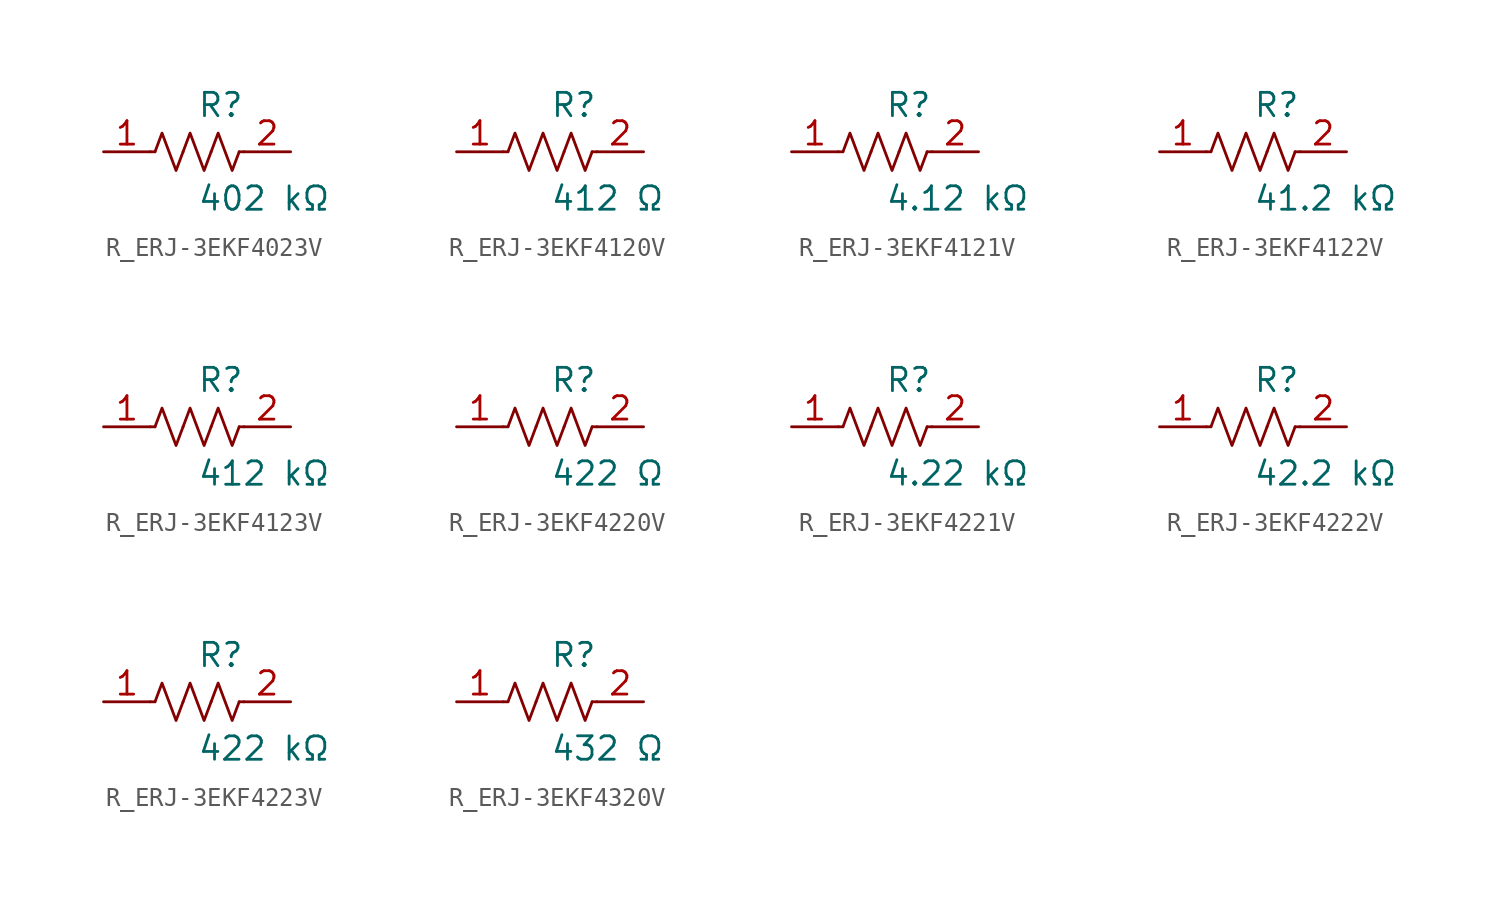
<source format=kicad_sym>
(kicad_symbol_lib
  (version 20231120)
  (generator "kicad_symbol_editor")
  (generator_version "8.0")
  (symbol "R_ERJ-3EKF4023V"
    (pin_names
      (offset 0.254))
    (property "Reference" "R"
      (at 0 2.54 0)
      (effects (font (size 1.27 1.27)) (justify left)))
    (property "Value" "402 kΩ"
      (at 0 -2.54 0)
      (effects (font (size 1.27 1.27)) (justify left)))
    (symbol "R_ERJ-3EKF4023V_0_1"
      (polyline (pts (xy 2.286 0) (xy 2.54 0)) (stroke (width 0) (type default)) (fill (type none)))
      (polyline (pts (xy -2.286 0) (xy -2.54 0)) (stroke (width 0) (type default)) (fill (type none)))
      (polyline (pts (xy 0.762 0) (xy 1.143 1.016) (xy 1.524 0) (xy 1.905 -1.016) (xy 2.286 0)) (stroke (width 0) (type default)) (fill (type none)))
      (polyline (pts (xy -0.762 0) (xy -0.381 1.016) (xy 0 0) (xy 0.381 -1.016) (xy 0.762 0)) (stroke (width 0) (type default)) (fill (type none)))
      (polyline (pts (xy -2.286 0) (xy -1.905 1.016) (xy -1.524 0) (xy -1.143 -1.016) (xy -0.762 0)) (stroke (width 0) (type default)) (fill (type none))))
    (pin unspecified line
      (at -5.08 0 0)
      (length 2.54)
      (name "" (effects (font (size 1.27 1.27))))
      (number "1" (effects (font (size 1.27 1.27)))))
    (pin unspecified line
      (at 5.08 0 180)
      (length 2.54)
      (name "" (effects (font (size 1.27 1.27))))
      (number "2" (effects (font (size 1.27 1.27))))))
  (symbol "R_ERJ-3EKF4120V"
    (pin_names
      (offset 0.254))
    (property "Reference" "R"
      (at 0 2.54 0)
      (effects (font (size 1.27 1.27)) (justify left)))
    (property "Value" "412 Ω"
      (at 0 -2.54 0)
      (effects (font (size 1.27 1.27)) (justify left)))
    (symbol "R_ERJ-3EKF4120V_0_1"
      (polyline (pts (xy 2.286 0) (xy 2.54 0)) (stroke (width 0) (type default)) (fill (type none)))
      (polyline (pts (xy -2.286 0) (xy -2.54 0)) (stroke (width 0) (type default)) (fill (type none)))
      (polyline (pts (xy 0.762 0) (xy 1.143 1.016) (xy 1.524 0) (xy 1.905 -1.016) (xy 2.286 0)) (stroke (width 0) (type default)) (fill (type none)))
      (polyline (pts (xy -0.762 0) (xy -0.381 1.016) (xy 0 0) (xy 0.381 -1.016) (xy 0.762 0)) (stroke (width 0) (type default)) (fill (type none)))
      (polyline (pts (xy -2.286 0) (xy -1.905 1.016) (xy -1.524 0) (xy -1.143 -1.016) (xy -0.762 0)) (stroke (width 0) (type default)) (fill (type none))))
    (pin unspecified line
      (at -5.08 0 0)
      (length 2.54)
      (name "" (effects (font (size 1.27 1.27))))
      (number "1" (effects (font (size 1.27 1.27)))))
    (pin unspecified line
      (at 5.08 0 180)
      (length 2.54)
      (name "" (effects (font (size 1.27 1.27))))
      (number "2" (effects (font (size 1.27 1.27))))))
  (symbol "R_ERJ-3EKF4121V"
    (pin_names
      (offset 0.254))
    (property "Reference" "R"
      (at 0 2.54 0)
      (effects (font (size 1.27 1.27)) (justify left)))
    (property "Value" "4.12 kΩ"
      (at 0 -2.54 0)
      (effects (font (size 1.27 1.27)) (justify left)))
    (symbol "R_ERJ-3EKF4121V_0_1"
      (polyline (pts (xy 2.286 0) (xy 2.54 0)) (stroke (width 0) (type default)) (fill (type none)))
      (polyline (pts (xy -2.286 0) (xy -2.54 0)) (stroke (width 0) (type default)) (fill (type none)))
      (polyline (pts (xy 0.762 0) (xy 1.143 1.016) (xy 1.524 0) (xy 1.905 -1.016) (xy 2.286 0)) (stroke (width 0) (type default)) (fill (type none)))
      (polyline (pts (xy -0.762 0) (xy -0.381 1.016) (xy 0 0) (xy 0.381 -1.016) (xy 0.762 0)) (stroke (width 0) (type default)) (fill (type none)))
      (polyline (pts (xy -2.286 0) (xy -1.905 1.016) (xy -1.524 0) (xy -1.143 -1.016) (xy -0.762 0)) (stroke (width 0) (type default)) (fill (type none))))
    (pin unspecified line
      (at -5.08 0 0)
      (length 2.54)
      (name "" (effects (font (size 1.27 1.27))))
      (number "1" (effects (font (size 1.27 1.27)))))
    (pin unspecified line
      (at 5.08 0 180)
      (length 2.54)
      (name "" (effects (font (size 1.27 1.27))))
      (number "2" (effects (font (size 1.27 1.27))))))
  (symbol "R_ERJ-3EKF4122V"
    (pin_names
      (offset 0.254))
    (property "Reference" "R"
      (at 0 2.54 0)
      (effects (font (size 1.27 1.27)) (justify left)))
    (property "Value" "41.2 kΩ"
      (at 0 -2.54 0)
      (effects (font (size 1.27 1.27)) (justify left)))
    (symbol "R_ERJ-3EKF4122V_0_1"
      (polyline (pts (xy 2.286 0) (xy 2.54 0)) (stroke (width 0) (type default)) (fill (type none)))
      (polyline (pts (xy -2.286 0) (xy -2.54 0)) (stroke (width 0) (type default)) (fill (type none)))
      (polyline (pts (xy 0.762 0) (xy 1.143 1.016) (xy 1.524 0) (xy 1.905 -1.016) (xy 2.286 0)) (stroke (width 0) (type default)) (fill (type none)))
      (polyline (pts (xy -0.762 0) (xy -0.381 1.016) (xy 0 0) (xy 0.381 -1.016) (xy 0.762 0)) (stroke (width 0) (type default)) (fill (type none)))
      (polyline (pts (xy -2.286 0) (xy -1.905 1.016) (xy -1.524 0) (xy -1.143 -1.016) (xy -0.762 0)) (stroke (width 0) (type default)) (fill (type none))))
    (pin unspecified line
      (at -5.08 0 0)
      (length 2.54)
      (name "" (effects (font (size 1.27 1.27))))
      (number "1" (effects (font (size 1.27 1.27)))))
    (pin unspecified line
      (at 5.08 0 180)
      (length 2.54)
      (name "" (effects (font (size 1.27 1.27))))
      (number "2" (effects (font (size 1.27 1.27))))))
  (symbol "R_ERJ-3EKF4123V"
    (pin_names
      (offset 0.254))
    (property "Reference" "R"
      (at 0 2.54 0)
      (effects (font (size 1.27 1.27)) (justify left)))
    (property "Value" "412 kΩ"
      (at 0 -2.54 0)
      (effects (font (size 1.27 1.27)) (justify left)))
    (symbol "R_ERJ-3EKF4123V_0_1"
      (polyline (pts (xy 2.286 0) (xy 2.54 0)) (stroke (width 0) (type default)) (fill (type none)))
      (polyline (pts (xy -2.286 0) (xy -2.54 0)) (stroke (width 0) (type default)) (fill (type none)))
      (polyline (pts (xy 0.762 0) (xy 1.143 1.016) (xy 1.524 0) (xy 1.905 -1.016) (xy 2.286 0)) (stroke (width 0) (type default)) (fill (type none)))
      (polyline (pts (xy -0.762 0) (xy -0.381 1.016) (xy 0 0) (xy 0.381 -1.016) (xy 0.762 0)) (stroke (width 0) (type default)) (fill (type none)))
      (polyline (pts (xy -2.286 0) (xy -1.905 1.016) (xy -1.524 0) (xy -1.143 -1.016) (xy -0.762 0)) (stroke (width 0) (type default)) (fill (type none))))
    (pin unspecified line
      (at -5.08 0 0)
      (length 2.54)
      (name "" (effects (font (size 1.27 1.27))))
      (number "1" (effects (font (size 1.27 1.27)))))
    (pin unspecified line
      (at 5.08 0 180)
      (length 2.54)
      (name "" (effects (font (size 1.27 1.27))))
      (number "2" (effects (font (size 1.27 1.27))))))
  (symbol "R_ERJ-3EKF4220V"
    (pin_names
      (offset 0.254))
    (property "Reference" "R"
      (at 0 2.54 0)
      (effects (font (size 1.27 1.27)) (justify left)))
    (property "Value" "422 Ω"
      (at 0 -2.54 0)
      (effects (font (size 1.27 1.27)) (justify left)))
    (symbol "R_ERJ-3EKF4220V_0_1"
      (polyline (pts (xy 2.286 0) (xy 2.54 0)) (stroke (width 0) (type default)) (fill (type none)))
      (polyline (pts (xy -2.286 0) (xy -2.54 0)) (stroke (width 0) (type default)) (fill (type none)))
      (polyline (pts (xy 0.762 0) (xy 1.143 1.016) (xy 1.524 0) (xy 1.905 -1.016) (xy 2.286 0)) (stroke (width 0) (type default)) (fill (type none)))
      (polyline (pts (xy -0.762 0) (xy -0.381 1.016) (xy 0 0) (xy 0.381 -1.016) (xy 0.762 0)) (stroke (width 0) (type default)) (fill (type none)))
      (polyline (pts (xy -2.286 0) (xy -1.905 1.016) (xy -1.524 0) (xy -1.143 -1.016) (xy -0.762 0)) (stroke (width 0) (type default)) (fill (type none))))
    (pin unspecified line
      (at -5.08 0 0)
      (length 2.54)
      (name "" (effects (font (size 1.27 1.27))))
      (number "1" (effects (font (size 1.27 1.27)))))
    (pin unspecified line
      (at 5.08 0 180)
      (length 2.54)
      (name "" (effects (font (size 1.27 1.27))))
      (number "2" (effects (font (size 1.27 1.27))))))
  (symbol "R_ERJ-3EKF4221V"
    (pin_names
      (offset 0.254))
    (property "Reference" "R"
      (at 0 2.54 0)
      (effects (font (size 1.27 1.27)) (justify left)))
    (property "Value" "4.22 kΩ"
      (at 0 -2.54 0)
      (effects (font (size 1.27 1.27)) (justify left)))
    (symbol "R_ERJ-3EKF4221V_0_1"
      (polyline (pts (xy 2.286 0) (xy 2.54 0)) (stroke (width 0) (type default)) (fill (type none)))
      (polyline (pts (xy -2.286 0) (xy -2.54 0)) (stroke (width 0) (type default)) (fill (type none)))
      (polyline (pts (xy 0.762 0) (xy 1.143 1.016) (xy 1.524 0) (xy 1.905 -1.016) (xy 2.286 0)) (stroke (width 0) (type default)) (fill (type none)))
      (polyline (pts (xy -0.762 0) (xy -0.381 1.016) (xy 0 0) (xy 0.381 -1.016) (xy 0.762 0)) (stroke (width 0) (type default)) (fill (type none)))
      (polyline (pts (xy -2.286 0) (xy -1.905 1.016) (xy -1.524 0) (xy -1.143 -1.016) (xy -0.762 0)) (stroke (width 0) (type default)) (fill (type none))))
    (pin unspecified line
      (at -5.08 0 0)
      (length 2.54)
      (name "" (effects (font (size 1.27 1.27))))
      (number "1" (effects (font (size 1.27 1.27)))))
    (pin unspecified line
      (at 5.08 0 180)
      (length 2.54)
      (name "" (effects (font (size 1.27 1.27))))
      (number "2" (effects (font (size 1.27 1.27))))))
  (symbol "R_ERJ-3EKF4222V"
    (pin_names
      (offset 0.254))
    (property "Reference" "R"
      (at 0 2.54 0)
      (effects (font (size 1.27 1.27)) (justify left)))
    (property "Value" "42.2 kΩ"
      (at 0 -2.54 0)
      (effects (font (size 1.27 1.27)) (justify left)))
    (symbol "R_ERJ-3EKF4222V_0_1"
      (polyline (pts (xy 2.286 0) (xy 2.54 0)) (stroke (width 0) (type default)) (fill (type none)))
      (polyline (pts (xy -2.286 0) (xy -2.54 0)) (stroke (width 0) (type default)) (fill (type none)))
      (polyline (pts (xy 0.762 0) (xy 1.143 1.016) (xy 1.524 0) (xy 1.905 -1.016) (xy 2.286 0)) (stroke (width 0) (type default)) (fill (type none)))
      (polyline (pts (xy -0.762 0) (xy -0.381 1.016) (xy 0 0) (xy 0.381 -1.016) (xy 0.762 0)) (stroke (width 0) (type default)) (fill (type none)))
      (polyline (pts (xy -2.286 0) (xy -1.905 1.016) (xy -1.524 0) (xy -1.143 -1.016) (xy -0.762 0)) (stroke (width 0) (type default)) (fill (type none))))
    (pin unspecified line
      (at -5.08 0 0)
      (length 2.54)
      (name "" (effects (font (size 1.27 1.27))))
      (number "1" (effects (font (size 1.27 1.27)))))
    (pin unspecified line
      (at 5.08 0 180)
      (length 2.54)
      (name "" (effects (font (size 1.27 1.27))))
      (number "2" (effects (font (size 1.27 1.27))))))
  (symbol "R_ERJ-3EKF4223V"
    (pin_names
      (offset 0.254))
    (property "Reference" "R"
      (at 0 2.54 0)
      (effects (font (size 1.27 1.27)) (justify left)))
    (property "Value" "422 kΩ"
      (at 0 -2.54 0)
      (effects (font (size 1.27 1.27)) (justify left)))
    (symbol "R_ERJ-3EKF4223V_0_1"
      (polyline (pts (xy 2.286 0) (xy 2.54 0)) (stroke (width 0) (type default)) (fill (type none)))
      (polyline (pts (xy -2.286 0) (xy -2.54 0)) (stroke (width 0) (type default)) (fill (type none)))
      (polyline (pts (xy 0.762 0) (xy 1.143 1.016) (xy 1.524 0) (xy 1.905 -1.016) (xy 2.286 0)) (stroke (width 0) (type default)) (fill (type none)))
      (polyline (pts (xy -0.762 0) (xy -0.381 1.016) (xy 0 0) (xy 0.381 -1.016) (xy 0.762 0)) (stroke (width 0) (type default)) (fill (type none)))
      (polyline (pts (xy -2.286 0) (xy -1.905 1.016) (xy -1.524 0) (xy -1.143 -1.016) (xy -0.762 0)) (stroke (width 0) (type default)) (fill (type none))))
    (pin unspecified line
      (at -5.08 0 0)
      (length 2.54)
      (name "" (effects (font (size 1.27 1.27))))
      (number "1" (effects (font (size 1.27 1.27)))))
    (pin unspecified line
      (at 5.08 0 180)
      (length 2.54)
      (name "" (effects (font (size 1.27 1.27))))
      (number "2" (effects (font (size 1.27 1.27))))))
  (symbol "R_ERJ-3EKF4320V"
    (pin_names
      (offset 0.254))
    (property "Reference" "R"
      (at 0 2.54 0)
      (effects (font (size 1.27 1.27)) (justify left)))
    (property "Value" "432 Ω"
      (at 0 -2.54 0)
      (effects (font (size 1.27 1.27)) (justify left)))
    (symbol "R_ERJ-3EKF4320V_0_1"
      (polyline (pts (xy 2.286 0) (xy 2.54 0)) (stroke (width 0) (type default)) (fill (type none)))
      (polyline (pts (xy -2.286 0) (xy -2.54 0)) (stroke (width 0) (type default)) (fill (type none)))
      (polyline (pts (xy 0.762 0) (xy 1.143 1.016) (xy 1.524 0) (xy 1.905 -1.016) (xy 2.286 0)) (stroke (width 0) (type default)) (fill (type none)))
      (polyline (pts (xy -0.762 0) (xy -0.381 1.016) (xy 0 0) (xy 0.381 -1.016) (xy 0.762 0)) (stroke (width 0) (type default)) (fill (type none)))
      (polyline (pts (xy -2.286 0) (xy -1.905 1.016) (xy -1.524 0) (xy -1.143 -1.016) (xy -0.762 0)) (stroke (width 0) (type default)) (fill (type none))))
    (pin unspecified line
      (at -5.08 0 0)
      (length 2.54)
      (name "" (effects (font (size 1.27 1.27))))
      (number "1" (effects (font (size 1.27 1.27)))))
    (pin unspecified line
      (at 5.08 0 180)
      (length 2.54)
      (name "" (effects (font (size 1.27 1.27))))
      (number "2" (effects (font (size 1.27 1.27)))))))
</source>
